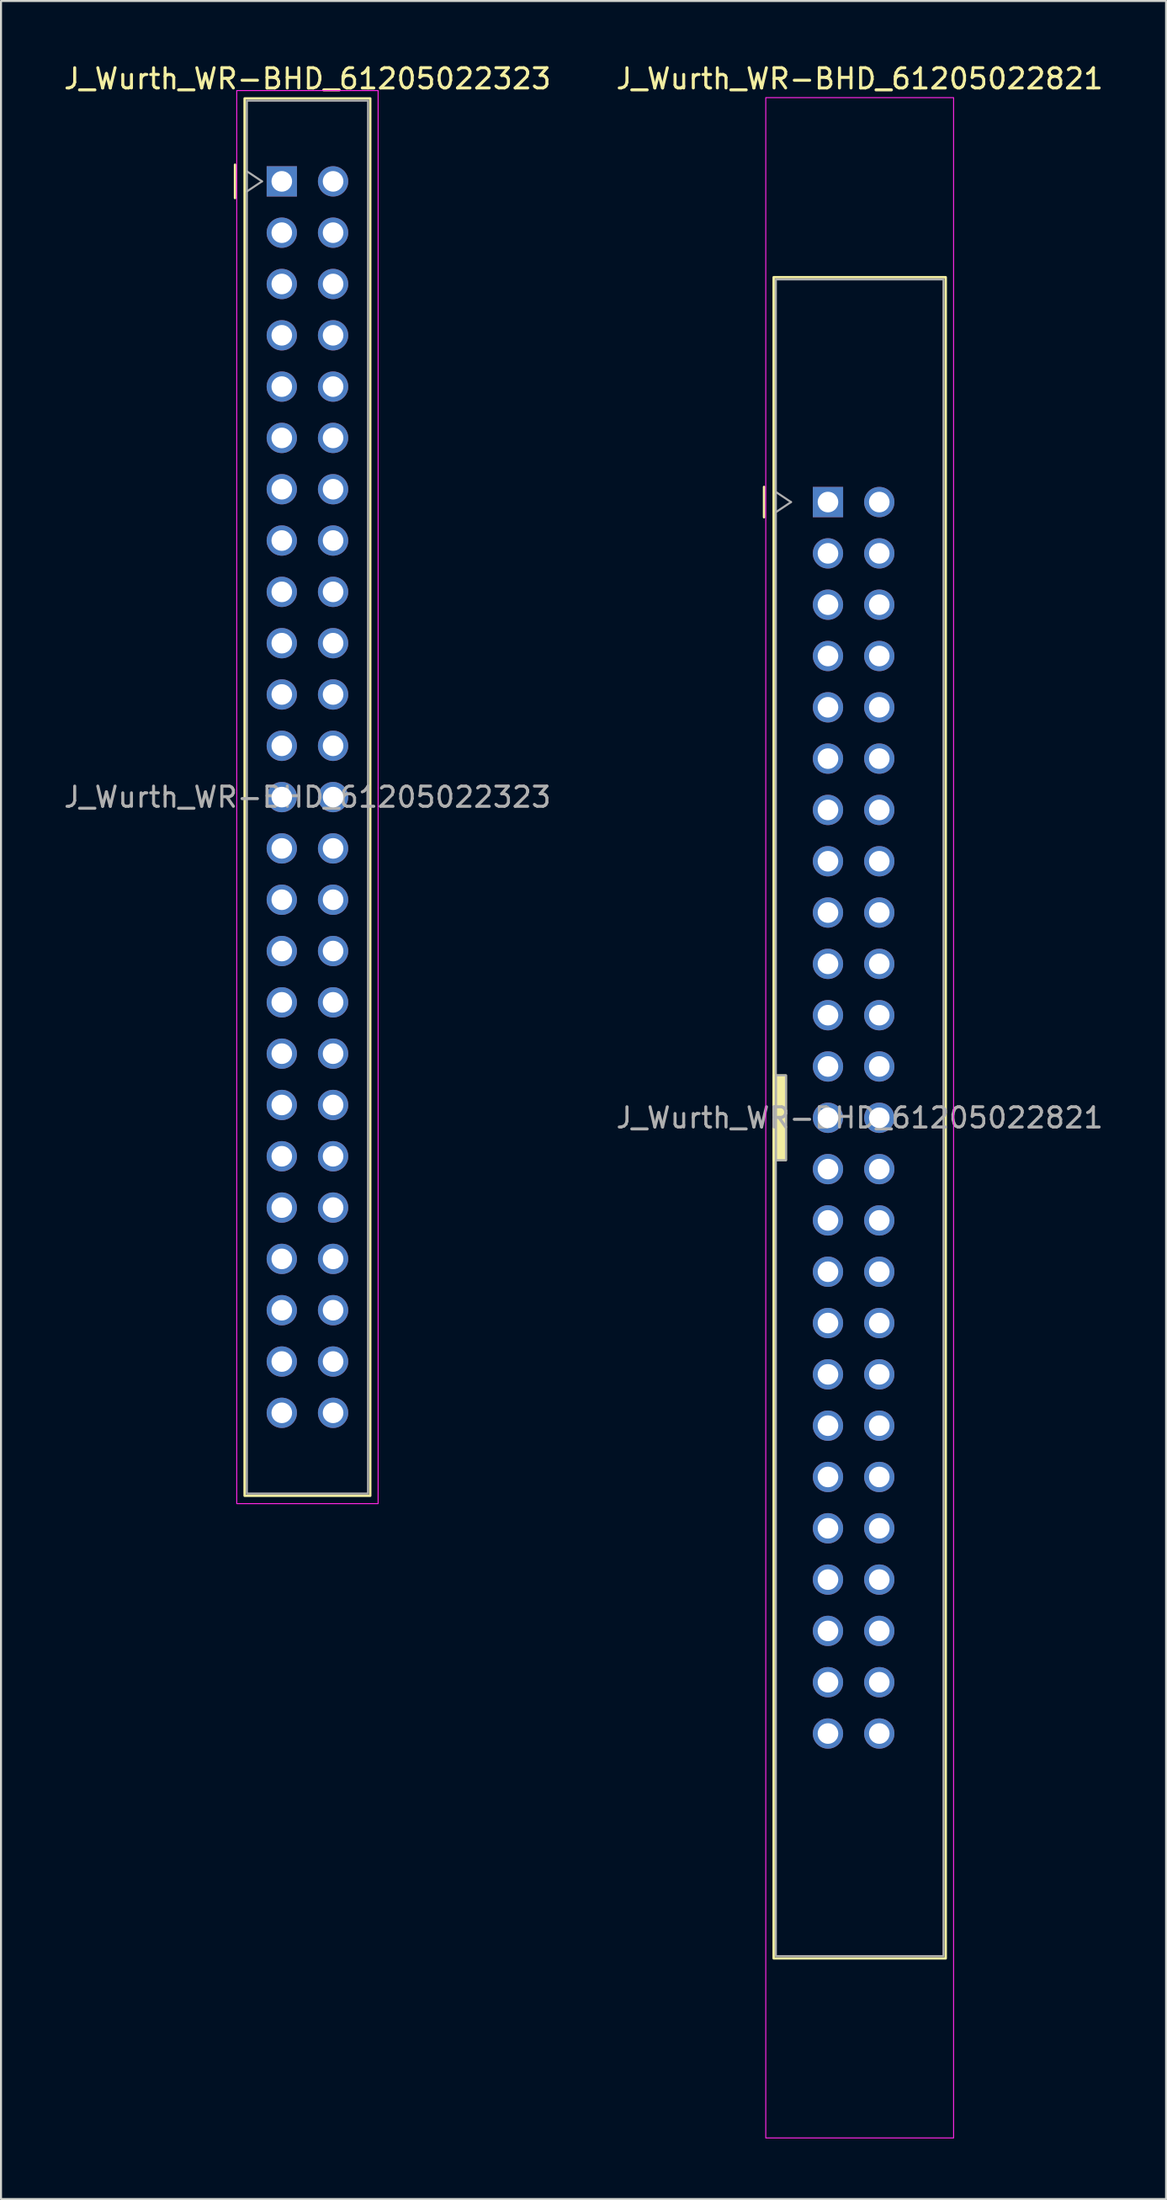
<source format=kicad_pcb>
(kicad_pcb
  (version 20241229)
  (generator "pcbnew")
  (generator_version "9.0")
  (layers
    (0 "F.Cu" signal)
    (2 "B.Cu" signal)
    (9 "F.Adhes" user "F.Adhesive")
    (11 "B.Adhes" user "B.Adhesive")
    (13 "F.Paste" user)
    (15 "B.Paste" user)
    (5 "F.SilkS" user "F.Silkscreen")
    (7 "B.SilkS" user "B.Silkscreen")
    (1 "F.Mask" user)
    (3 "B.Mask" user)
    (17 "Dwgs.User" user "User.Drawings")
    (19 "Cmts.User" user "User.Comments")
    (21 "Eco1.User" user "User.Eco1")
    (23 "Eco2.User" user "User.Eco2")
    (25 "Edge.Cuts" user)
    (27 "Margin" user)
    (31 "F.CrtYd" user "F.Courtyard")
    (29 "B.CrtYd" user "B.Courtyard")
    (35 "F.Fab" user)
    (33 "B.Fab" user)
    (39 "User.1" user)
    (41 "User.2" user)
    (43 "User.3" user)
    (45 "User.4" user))
  (footprint "J_Wurth_WR-BHD_61205022323"
    (layer "F.Cu")
    (at 10.903 5.928)
    (property "Reference" "J_Wurth_WR-BHD_61205022323" (at 1.27 -5.08 0) (unlocked yes) (layer "F.SilkS") (effects (font (size 1 1) (thickness 0.15))))
    (attr through_hole)
    (fp_line (start -2.315 -0.825) (end -2.315 0.825) (stroke (width 0.12) (type solid)) (layer "F.SilkS"))
    (fp_rect (start -1.84 -4.105) (end 4.38 65.065) (stroke (width 0.12) (type solid)) (fill no) (layer "F.SilkS"))
    (fp_rect (start -2.23 -4.495) (end 4.77 65.455) (stroke (width 0.05) (type solid)) (fill no) (layer "F.CrtYd"))
    (fp_line (start -0.98 0) (end -1.73 -0.5) (stroke (width 0.1) (type solid)) (layer "F.Fab"))
    (fp_line (start -0.98 0) (end -1.73 0.5) (stroke (width 0.1) (type solid)) (layer "F.Fab"))
    (fp_rect (start -1.73 -3.995) (end 4.27 64.955) (stroke (width 0.1) (type solid)) (fill no) (layer "F.Fab"))
    (fp_text user "${REFERENCE}" (at 1.27 30.48 0) (unlocked yes) (layer "F.Fab") (effects (font (size 1 1) (thickness 0.15))))
    (pad "1" thru_hole rect (at 0 0 270) (size 1.5 1.5) (drill 1.02) (layers "*.Cu" "*.Mask"))
    (pad "2" thru_hole circle (at 2.54 0 270) (size 1.5 1.5) (drill 1.02) (layers "*.Cu" "*.Mask"))
    (pad "3" thru_hole circle (at 0 2.54 270) (size 1.5 1.5) (drill 1.02) (layers "*.Cu" "*.Mask"))
    (pad "4" thru_hole circle (at 2.54 2.54 270) (size 1.5 1.5) (drill 1.02) (layers "*.Cu" "*.Mask"))
    (pad "5" thru_hole circle (at 0 5.08 270) (size 1.5 1.5) (drill 1.02) (layers "*.Cu" "*.Mask"))
    (pad "6" thru_hole circle (at 2.54 5.08 270) (size 1.5 1.5) (drill 1.02) (layers "*.Cu" "*.Mask"))
    (pad "7" thru_hole circle (at 0 7.62 270) (size 1.5 1.5) (drill 1.02) (layers "*.Cu" "*.Mask"))
    (pad "8" thru_hole circle (at 2.54 7.62 270) (size 1.5 1.5) (drill 1.02) (layers "*.Cu" "*.Mask"))
    (pad "9" thru_hole circle (at 0 10.16 270) (size 1.5 1.5) (drill 1.02) (layers "*.Cu" "*.Mask"))
    (pad "10" thru_hole circle (at 2.54 10.16 270) (size 1.5 1.5) (drill 1.02) (layers "*.Cu" "*.Mask"))
    (pad "11" thru_hole circle (at 0 12.7 270) (size 1.5 1.5) (drill 1.02) (layers "*.Cu" "*.Mask"))
    (pad "12" thru_hole circle (at 2.54 12.7 270) (size 1.5 1.5) (drill 1.02) (layers "*.Cu" "*.Mask"))
    (pad "13" thru_hole circle (at 0 15.24 270) (size 1.5 1.5) (drill 1.02) (layers "*.Cu" "*.Mask"))
    (pad "14" thru_hole circle (at 2.54 15.24 270) (size 1.5 1.5) (drill 1.02) (layers "*.Cu" "*.Mask"))
    (pad "15" thru_hole circle (at 0 17.78 270) (size 1.5 1.5) (drill 1.02) (layers "*.Cu" "*.Mask"))
    (pad "16" thru_hole circle (at 2.54 17.78 270) (size 1.5 1.5) (drill 1.02) (layers "*.Cu" "*.Mask"))
    (pad "17" thru_hole circle (at 0 20.32 270) (size 1.5 1.5) (drill 1.02) (layers "*.Cu" "*.Mask"))
    (pad "18" thru_hole circle (at 2.54 20.32 270) (size 1.5 1.5) (drill 1.02) (layers "*.Cu" "*.Mask"))
    (pad "19" thru_hole circle (at 0 22.86 270) (size 1.5 1.5) (drill 1.02) (layers "*.Cu" "*.Mask"))
    (pad "20" thru_hole circle (at 2.54 22.86 270) (size 1.5 1.5) (drill 1.02) (layers "*.Cu" "*.Mask"))
    (pad "21" thru_hole circle (at 0 25.4 270) (size 1.5 1.5) (drill 1.02) (layers "*.Cu" "*.Mask"))
    (pad "22" thru_hole circle (at 2.54 25.4 270) (size 1.5 1.5) (drill 1.02) (layers "*.Cu" "*.Mask"))
    (pad "23" thru_hole circle (at 0 27.94 270) (size 1.5 1.5) (drill 1.02) (layers "*.Cu" "*.Mask"))
    (pad "24" thru_hole circle (at 2.54 27.94 270) (size 1.5 1.5) (drill 1.02) (layers "*.Cu" "*.Mask"))
    (pad "25" thru_hole circle (at 0 30.48 270) (size 1.5 1.5) (drill 1.02) (layers "*.Cu" "*.Mask"))
    (pad "26" thru_hole circle (at 2.54 30.48 270) (size 1.5 1.5) (drill 1.02) (layers "*.Cu" "*.Mask"))
    (pad "27" thru_hole circle (at 0 33.02 270) (size 1.5 1.5) (drill 1.02) (layers "*.Cu" "*.Mask"))
    (pad "28" thru_hole circle (at 2.54 33.02 270) (size 1.5 1.5) (drill 1.02) (layers "*.Cu" "*.Mask"))
    (pad "29" thru_hole circle (at 0 35.56 270) (size 1.5 1.5) (drill 1.02) (layers "*.Cu" "*.Mask"))
    (pad "30" thru_hole circle (at 2.54 35.56 270) (size 1.5 1.5) (drill 1.02) (layers "*.Cu" "*.Mask"))
    (pad "31" thru_hole circle (at 0 38.1 270) (size 1.5 1.5) (drill 1.02) (layers "*.Cu" "*.Mask"))
    (pad "32" thru_hole circle (at 2.54 38.1 270) (size 1.5 1.5) (drill 1.02) (layers "*.Cu" "*.Mask"))
    (pad "33" thru_hole circle (at 0 40.64 270) (size 1.5 1.5) (drill 1.02) (layers "*.Cu" "*.Mask"))
    (pad "34" thru_hole circle (at 2.54 40.64 270) (size 1.5 1.5) (drill 1.02) (layers "*.Cu" "*.Mask"))
    (pad "35" thru_hole circle (at 0 43.18 270) (size 1.5 1.5) (drill 1.02) (layers "*.Cu" "*.Mask"))
    (pad "36" thru_hole circle (at 2.54 43.18 270) (size 1.5 1.5) (drill 1.02) (layers "*.Cu" "*.Mask"))
    (pad "37" thru_hole circle (at 0 45.72 270) (size 1.5 1.5) (drill 1.02) (layers "*.Cu" "*.Mask"))
    (pad "38" thru_hole circle (at 2.54 45.72 270) (size 1.5 1.5) (drill 1.02) (layers "*.Cu" "*.Mask"))
    (pad "39" thru_hole circle (at 0 48.26 270) (size 1.5 1.5) (drill 1.02) (layers "*.Cu" "*.Mask"))
    (pad "40" thru_hole circle (at 2.54 48.26 270) (size 1.5 1.5) (drill 1.02) (layers "*.Cu" "*.Mask"))
    (pad "41" thru_hole circle (at 0 50.8 270) (size 1.5 1.5) (drill 1.02) (layers "*.Cu" "*.Mask"))
    (pad "42" thru_hole circle (at 2.54 50.8 270) (size 1.5 1.5) (drill 1.02) (layers "*.Cu" "*.Mask"))
    (pad "43" thru_hole circle (at 0 53.34 270) (size 1.5 1.5) (drill 1.02) (layers "*.Cu" "*.Mask"))
    (pad "44" thru_hole circle (at 2.54 53.34 270) (size 1.5 1.5) (drill 1.02) (layers "*.Cu" "*.Mask"))
    (pad "45" thru_hole circle (at 0 55.88 270) (size 1.5 1.5) (drill 1.02) (layers "*.Cu" "*.Mask"))
    (pad "46" thru_hole circle (at 2.54 55.88 270) (size 1.5 1.5) (drill 1.02) (layers "*.Cu" "*.Mask"))
    (pad "47" thru_hole circle (at 0 58.42 270) (size 1.5 1.5) (drill 1.02) (layers "*.Cu" "*.Mask"))
    (pad "48" thru_hole circle (at 2.54 58.42 270) (size 1.5 1.5) (drill 1.02) (layers "*.Cu" "*.Mask"))
    (pad "49" thru_hole circle (at 0 60.96 270) (size 1.5 1.5) (drill 1.02) (layers "*.Cu" "*.Mask"))
    (pad "50" thru_hole circle (at 2.54 60.96 270) (size 1.5 1.5) (drill 1.02) (layers "*.Cu" "*.Mask")))
  (footprint "J_Wurth_WR-BHD_61205022821"
    (layer "F.Cu")
    (at 37.948 21.803)
    (property "Reference" "J_Wurth_WR-BHD_61205022821" (at 1.57 -20.955 0) (unlocked yes) (layer "F.SilkS") (effects (font (size 1 1) (thickness 0.15))))
    (attr through_hole)
    (fp_line (start -3.165 -0.75) (end -3.165 0.75) (stroke (width 0.12) (type solid)) (layer "F.SilkS"))
    (fp_rect (start -2.69 -11.13) (end 5.83 72.09) (stroke (width 0.12) (type solid)) (fill no) (layer "F.SilkS"))
    (fp_rect (start -2.69 28.38) (end -2.08 32.58) (stroke (width 0.1) (type solid)) (fill yes) (layer "F.SilkS"))
    (fp_rect (start -3.08 -20.02) (end 6.22 80.98) (stroke (width 0.05) (type solid)) (fill no) (layer "F.CrtYd"))
    (fp_line (start -1.83 0) (end -2.58 -0.5) (stroke (width 0.1) (type solid)) (layer "F.Fab"))
    (fp_line (start -1.83 0) (end -2.58 0.5) (stroke (width 0.1) (type solid)) (layer "F.Fab"))
    (fp_rect (start -2.58 -11.02) (end 5.72 71.98) (stroke (width 0.1) (type solid)) (fill no) (layer "F.Fab"))
    (fp_rect (start -2.58 28.38) (end -2.08 32.58) (stroke (width 0.1) (type solid)) (fill no) (layer "F.Fab"))
    (fp_text user "${REFERENCE}" (at 1.57 30.48 0) (unlocked yes) (layer "F.Fab") (effects (font (size 1 1) (thickness 0.15))))
    (pad "1" thru_hole rect (at 0 0 270) (size 1.5 1.5) (drill 1.02) (layers "*.Cu" "*.Mask"))
    (pad "2" thru_hole circle (at 2.54 0 270) (size 1.5 1.5) (drill 1.02) (layers "*.Cu" "*.Mask"))
    (pad "3" thru_hole circle (at 0 2.54 270) (size 1.5 1.5) (drill 1.02) (layers "*.Cu" "*.Mask"))
    (pad "4" thru_hole circle (at 2.54 2.54 270) (size 1.5 1.5) (drill 1.02) (layers "*.Cu" "*.Mask"))
    (pad "5" thru_hole circle (at 0 5.08 270) (size 1.5 1.5) (drill 1.02) (layers "*.Cu" "*.Mask"))
    (pad "6" thru_hole circle (at 2.54 5.08 270) (size 1.5 1.5) (drill 1.02) (layers "*.Cu" "*.Mask"))
    (pad "7" thru_hole circle (at 0 7.62 270) (size 1.5 1.5) (drill 1.02) (layers "*.Cu" "*.Mask"))
    (pad "8" thru_hole circle (at 2.54 7.62 270) (size 1.5 1.5) (drill 1.02) (layers "*.Cu" "*.Mask"))
    (pad "9" thru_hole circle (at 0 10.16 270) (size 1.5 1.5) (drill 1.02) (layers "*.Cu" "*.Mask"))
    (pad "10" thru_hole circle (at 2.54 10.16 270) (size 1.5 1.5) (drill 1.02) (layers "*.Cu" "*.Mask"))
    (pad "11" thru_hole circle (at 0 12.7 270) (size 1.5 1.5) (drill 1.02) (layers "*.Cu" "*.Mask"))
    (pad "12" thru_hole circle (at 2.54 12.7 270) (size 1.5 1.5) (drill 1.02) (layers "*.Cu" "*.Mask"))
    (pad "13" thru_hole circle (at 0 15.24 270) (size 1.5 1.5) (drill 1.02) (layers "*.Cu" "*.Mask"))
    (pad "14" thru_hole circle (at 2.54 15.24 270) (size 1.5 1.5) (drill 1.02) (layers "*.Cu" "*.Mask"))
    (pad "15" thru_hole circle (at 0 17.78 270) (size 1.5 1.5) (drill 1.02) (layers "*.Cu" "*.Mask"))
    (pad "16" thru_hole circle (at 2.54 17.78 270) (size 1.5 1.5) (drill 1.02) (layers "*.Cu" "*.Mask"))
    (pad "17" thru_hole circle (at 0 20.32 270) (size 1.5 1.5) (drill 1.02) (layers "*.Cu" "*.Mask"))
    (pad "18" thru_hole circle (at 2.54 20.32 270) (size 1.5 1.5) (drill 1.02) (layers "*.Cu" "*.Mask"))
    (pad "19" thru_hole circle (at 0 22.86 270) (size 1.5 1.5) (drill 1.02) (layers "*.Cu" "*.Mask"))
    (pad "20" thru_hole circle (at 2.54 22.86 270) (size 1.5 1.5) (drill 1.02) (layers "*.Cu" "*.Mask"))
    (pad "21" thru_hole circle (at 0 25.4 270) (size 1.5 1.5) (drill 1.02) (layers "*.Cu" "*.Mask"))
    (pad "22" thru_hole circle (at 2.54 25.4 270) (size 1.5 1.5) (drill 1.02) (layers "*.Cu" "*.Mask"))
    (pad "23" thru_hole circle (at 0 27.94 270) (size 1.5 1.5) (drill 1.02) (layers "*.Cu" "*.Mask"))
    (pad "24" thru_hole circle (at 2.54 27.94 270) (size 1.5 1.5) (drill 1.02) (layers "*.Cu" "*.Mask"))
    (pad "25" thru_hole circle (at 0 30.48 270) (size 1.5 1.5) (drill 1.02) (layers "*.Cu" "*.Mask"))
    (pad "26" thru_hole circle (at 2.54 30.48 270) (size 1.5 1.5) (drill 1.02) (layers "*.Cu" "*.Mask"))
    (pad "27" thru_hole circle (at 0 33.02 270) (size 1.5 1.5) (drill 1.02) (layers "*.Cu" "*.Mask"))
    (pad "28" thru_hole circle (at 2.54 33.02 270) (size 1.5 1.5) (drill 1.02) (layers "*.Cu" "*.Mask"))
    (pad "29" thru_hole circle (at 0 35.56 270) (size 1.5 1.5) (drill 1.02) (layers "*.Cu" "*.Mask"))
    (pad "30" thru_hole circle (at 2.54 35.56 270) (size 1.5 1.5) (drill 1.02) (layers "*.Cu" "*.Mask"))
    (pad "31" thru_hole circle (at 0 38.1 270) (size 1.5 1.5) (drill 1.02) (layers "*.Cu" "*.Mask"))
    (pad "32" thru_hole circle (at 2.54 38.1 270) (size 1.5 1.5) (drill 1.02) (layers "*.Cu" "*.Mask"))
    (pad "33" thru_hole circle (at 0 40.64 270) (size 1.5 1.5) (drill 1.02) (layers "*.Cu" "*.Mask"))
    (pad "34" thru_hole circle (at 2.54 40.64 270) (size 1.5 1.5) (drill 1.02) (layers "*.Cu" "*.Mask"))
    (pad "35" thru_hole circle (at 0 43.18 270) (size 1.5 1.5) (drill 1.02) (layers "*.Cu" "*.Mask"))
    (pad "36" thru_hole circle (at 2.54 43.18 270) (size 1.5 1.5) (drill 1.02) (layers "*.Cu" "*.Mask"))
    (pad "37" thru_hole circle (at 0 45.72 270) (size 1.5 1.5) (drill 1.02) (layers "*.Cu" "*.Mask"))
    (pad "38" thru_hole circle (at 2.54 45.72 270) (size 1.5 1.5) (drill 1.02) (layers "*.Cu" "*.Mask"))
    (pad "39" thru_hole circle (at 0 48.26 270) (size 1.5 1.5) (drill 1.02) (layers "*.Cu" "*.Mask"))
    (pad "40" thru_hole circle (at 2.54 48.26 270) (size 1.5 1.5) (drill 1.02) (layers "*.Cu" "*.Mask"))
    (pad "41" thru_hole circle (at 0 50.8 270) (size 1.5 1.5) (drill 1.02) (layers "*.Cu" "*.Mask"))
    (pad "42" thru_hole circle (at 2.54 50.8 270) (size 1.5 1.5) (drill 1.02) (layers "*.Cu" "*.Mask"))
    (pad "43" thru_hole circle (at 0 53.34 270) (size 1.5 1.5) (drill 1.02) (layers "*.Cu" "*.Mask"))
    (pad "44" thru_hole circle (at 2.54 53.34 270) (size 1.5 1.5) (drill 1.02) (layers "*.Cu" "*.Mask"))
    (pad "45" thru_hole circle (at 0 55.88 270) (size 1.5 1.5) (drill 1.02) (layers "*.Cu" "*.Mask"))
    (pad "46" thru_hole circle (at 2.54 55.88 270) (size 1.5 1.5) (drill 1.02) (layers "*.Cu" "*.Mask"))
    (pad "47" thru_hole circle (at 0 58.42 270) (size 1.5 1.5) (drill 1.02) (layers "*.Cu" "*.Mask"))
    (pad "48" thru_hole circle (at 2.54 58.42 270) (size 1.5 1.5) (drill 1.02) (layers "*.Cu" "*.Mask"))
    (pad "49" thru_hole circle (at 0 60.96 270) (size 1.5 1.5) (drill 1.02) (layers "*.Cu" "*.Mask"))
    (pad "50" thru_hole circle (at 2.54 60.96 270) (size 1.5 1.5) (drill 1.02) (layers "*.Cu" "*.Mask")))
  (gr_rect
    (start -3 -3)
    (end 54.69 105.808)
    (stroke (width 0.1) (type default))
    (fill no)
    (layer "Edge.Cuts")))
</source>
